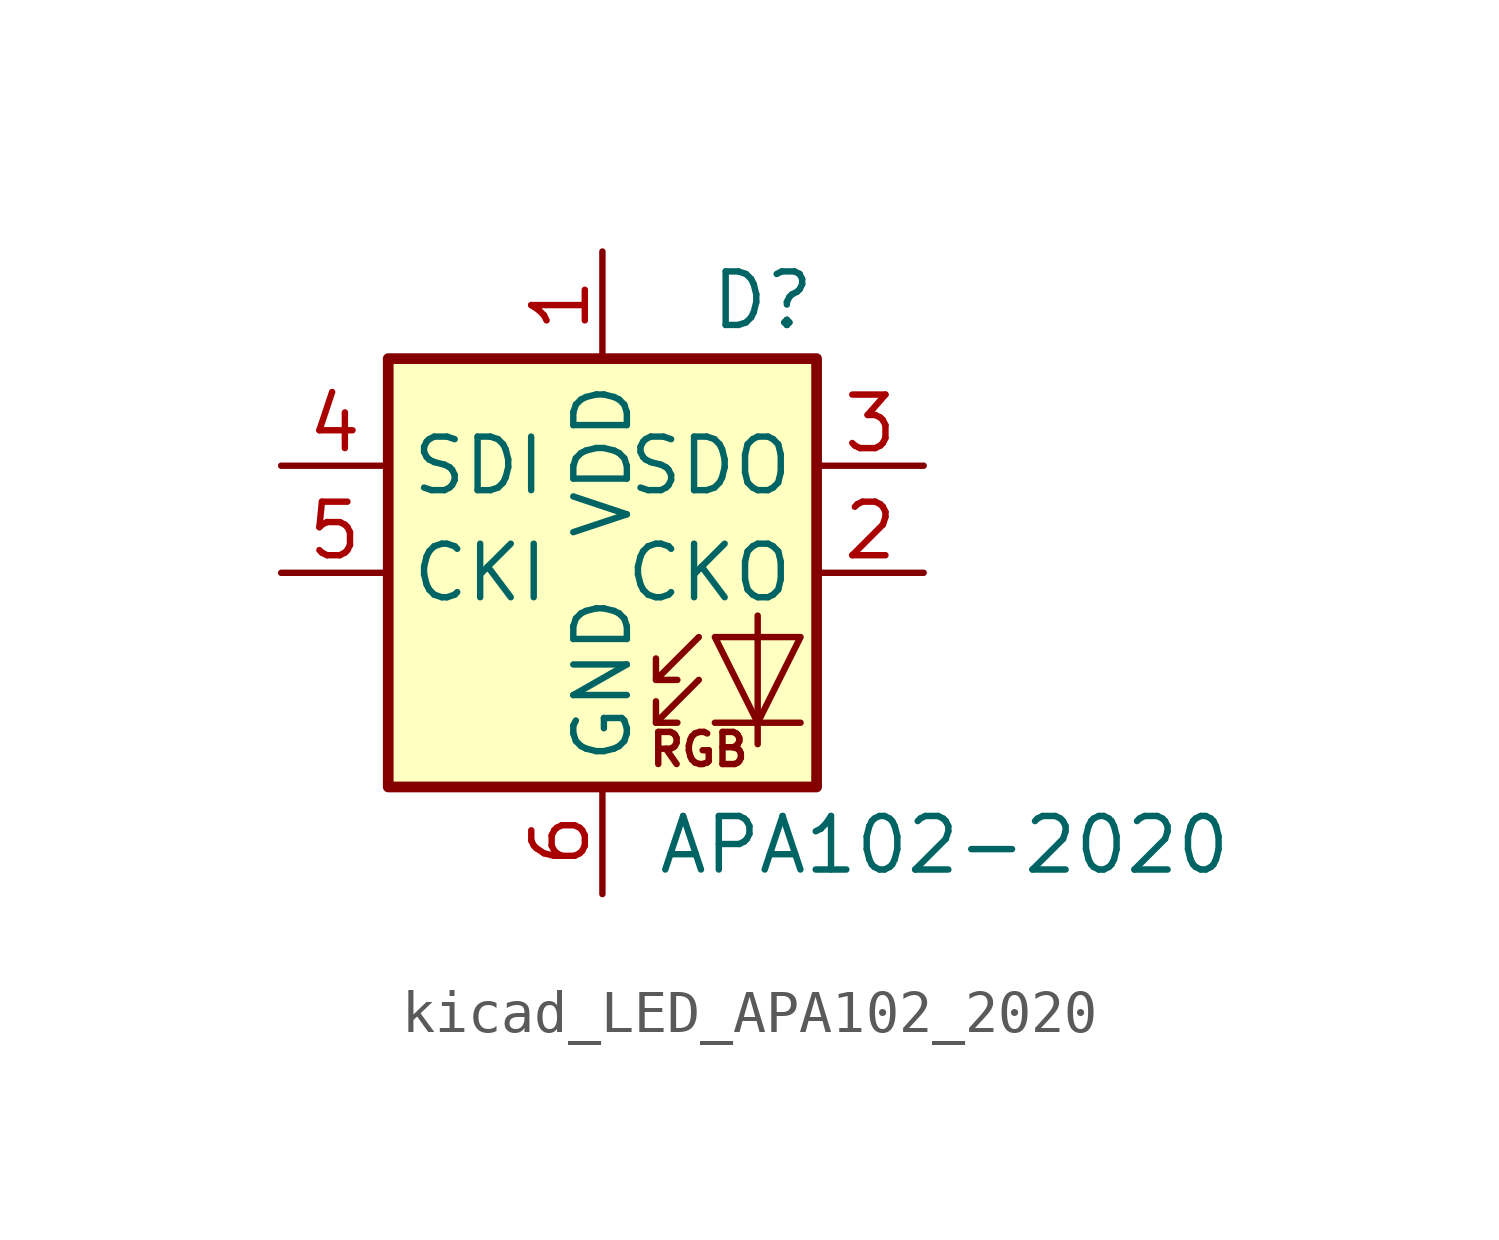
<source format=kicad_sym>
(kicad_symbol_lib
  (version 20220914)
  (generator kicad_symbol_editor)
  (symbol "kicad_LED_APA102_2020"
    (property "Reference" "D"
      (at 5.08 5.715 0)
      (effects (font (size 1.27 1.27)) (justify right bottom)))
    (property "Value" "APA102-2020"
      (at 1.27 -5.715 0)
      (effects (font (size 1.27 1.27)) (justify left top)))
    (symbol "kicad_LED_APA102_2020_0_0"
      (text "RGB" (at 2.286 -4.191 0) (effects (font (size 0.762 0.762)))))
    (symbol "kicad_LED_APA102_2020_0_1"
      (polyline (pts (xy 1.27 -3.556) (xy 1.778 -3.556)) (stroke (width 0) (type default)) (fill (type none)))
      (polyline (pts (xy 1.27 -2.54) (xy 1.778 -2.54)) (stroke (width 0) (type default)) (fill (type none)))
      (polyline (pts (xy 4.699 -3.556) (xy 2.667 -3.556)) (stroke (width 0) (type default)) (fill (type none)))
      (polyline (pts (xy 2.286 -2.54) (xy 1.27 -3.556) (xy 1.27 -3.048)) (stroke (width 0) (type default)) (fill (type none)))
      (polyline (pts (xy 2.286 -1.524) (xy 1.27 -2.54) (xy 1.27 -2.032)) (stroke (width 0) (type default)) (fill (type none)))
      (polyline (pts (xy 3.683 -1.016) (xy 3.683 -3.556) (xy 3.683 -4.064)) (stroke (width 0) (type default)) (fill (type none)))
      (polyline (pts (xy 4.699 -1.524) (xy 2.667 -1.524) (xy 3.683 -3.556) (xy 4.699 -1.524)) (stroke (width 0) (type default)) (fill (type none)))
      (rectangle (start 5.08 5.08) (end -5.08 -5.08) (stroke (width 0.254) (type default)) (fill (type background))))
    (symbol "kicad_LED_APA102_2020_1_1"
      (pin power_in line (at 0 7.62 270) (length 2.54) (name "VDD" (effects (font (size 1.27 1.27)))) (number "1" (effects (font (size 1.27 1.27)))))
      (pin output line (at 7.62 0 180) (length 2.54) (name "CKO" (effects (font (size 1.27 1.27)))) (number "2" (effects (font (size 1.27 1.27)))))
      (pin output line (at 7.62 2.54 180) (length 2.54) (name "SDO" (effects (font (size 1.27 1.27)))) (number "3" (effects (font (size 1.27 1.27)))))
      (pin input line (at -7.62 2.54 0) (length 2.54) (name "SDI" (effects (font (size 1.27 1.27)))) (number "4" (effects (font (size 1.27 1.27)))))
      (pin input line (at -7.62 0 0) (length 2.54) (name "CKI" (effects (font (size 1.27 1.27)))) (number "5" (effects (font (size 1.27 1.27)))))
      (pin power_in line (at 0 -7.62 90) (length 2.54) (name "GND" (effects (font (size 1.27 1.27)))) (number "6" (effects (font (size 1.27 1.27))))))))
</source>
